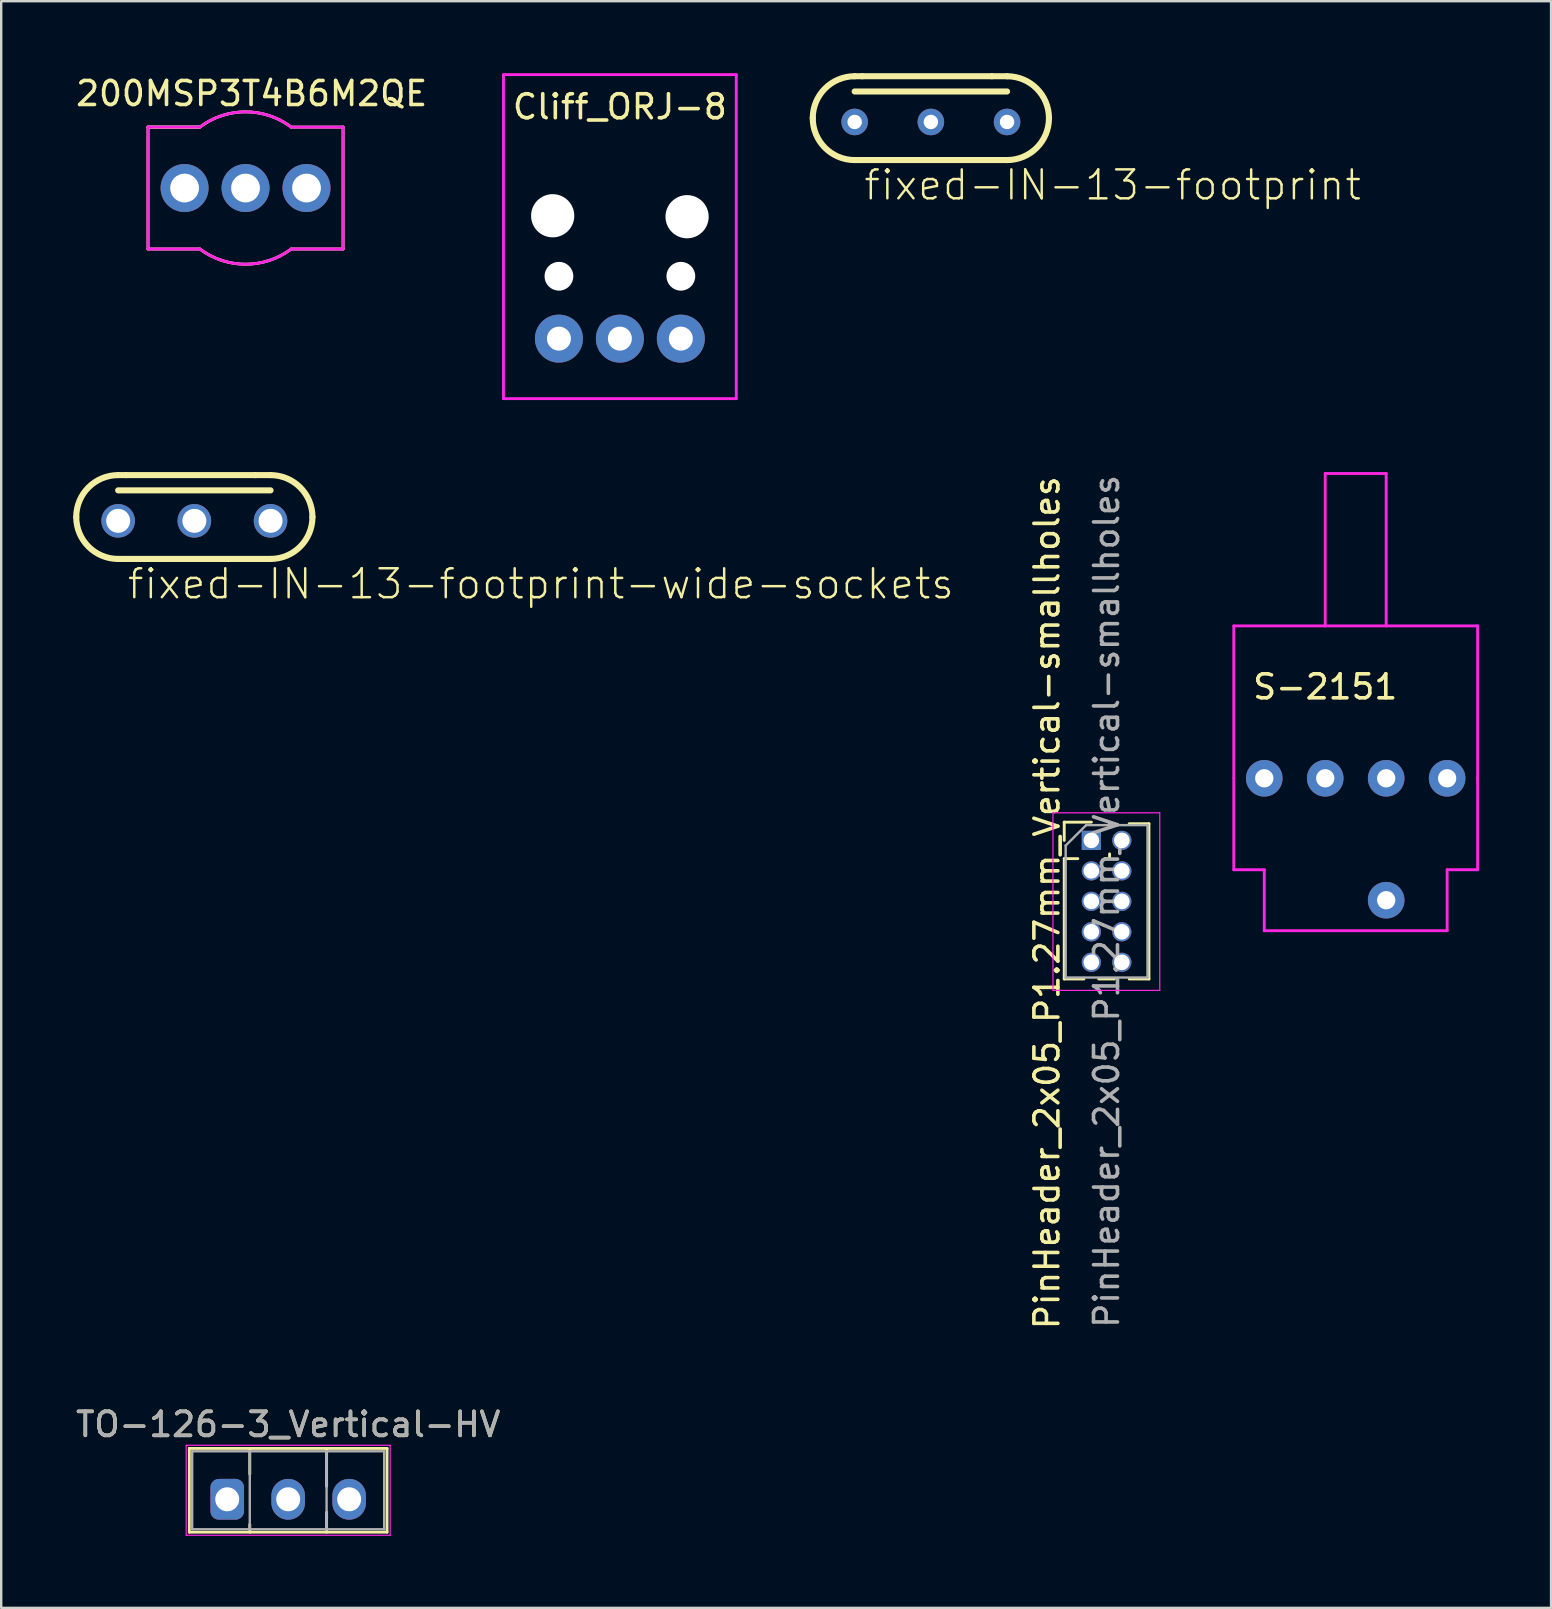
<source format=kicad_pcb>
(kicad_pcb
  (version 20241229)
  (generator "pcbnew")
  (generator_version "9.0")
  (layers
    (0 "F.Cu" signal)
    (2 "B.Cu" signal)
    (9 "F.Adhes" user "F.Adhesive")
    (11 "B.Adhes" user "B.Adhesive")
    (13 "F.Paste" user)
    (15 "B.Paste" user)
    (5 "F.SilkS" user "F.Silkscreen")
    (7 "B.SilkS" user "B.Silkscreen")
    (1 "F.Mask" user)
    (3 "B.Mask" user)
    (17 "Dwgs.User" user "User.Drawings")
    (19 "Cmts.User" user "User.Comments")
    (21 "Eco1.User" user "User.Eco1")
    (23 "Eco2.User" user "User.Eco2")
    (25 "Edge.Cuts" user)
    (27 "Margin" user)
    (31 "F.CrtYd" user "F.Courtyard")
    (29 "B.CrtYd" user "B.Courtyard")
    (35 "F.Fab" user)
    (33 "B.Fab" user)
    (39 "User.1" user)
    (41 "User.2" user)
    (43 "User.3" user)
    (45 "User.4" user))
  (footprint "PinHeader_2x05_P1.27mm_Vertical-smallholes"
    (layer "F.Cu")
    (at 42.424 31.967)
    (property "Reference" "PinHeader_2x05_P1.27mm_Vertical-smallholes" (at -1.85 2.6 270) (layer "F.SilkS") (effects (font (size 1 1) (thickness 0.15))))
    (attr through_hole)
    (fp_line (start -1.13 -0.76) (end 0 -0.76) (stroke (width 0.12) (type solid)) (layer "F.SilkS"))
    (fp_line (start -1.13 0) (end -1.13 -0.76) (stroke (width 0.12) (type solid)) (layer "F.SilkS"))
    (fp_line (start -1.13 0.76) (end -1.13 5.775) (stroke (width 0.12) (type solid)) (layer "F.SilkS"))
    (fp_line (start -1.13 0.76) (end -0.563 0.76) (stroke (width 0.12) (type solid)) (layer "F.SilkS"))
    (fp_line (start -1.13 5.775) (end -0.308 5.775) (stroke (width 0.12) (type solid)) (layer "F.SilkS"))
    (fp_line (start 0.308 5.775) (end 0.962 5.775) (stroke (width 0.12) (type solid)) (layer "F.SilkS"))
    (fp_line (start 0.563 0.76) (end 0.707 0.76) (stroke (width 0.12) (type solid)) (layer "F.SilkS"))
    (fp_line (start 0.76 -0.695) (end 0.962 -0.695) (stroke (width 0.12) (type solid)) (layer "F.SilkS"))
    (fp_line (start 0.76 -0.563) (end 0.76 -0.695) (stroke (width 0.12) (type solid)) (layer "F.SilkS"))
    (fp_line (start 0.76 0.707) (end 0.76 0.563) (stroke (width 0.12) (type solid)) (layer "F.SilkS"))
    (fp_line (start 1.578 -0.695) (end 2.4 -0.695) (stroke (width 0.12) (type solid)) (layer "F.SilkS"))
    (fp_line (start 1.578 5.775) (end 2.4 5.775) (stroke (width 0.12) (type solid)) (layer "F.SilkS"))
    (fp_line (start 2.4 -0.695) (end 2.4 5.775) (stroke (width 0.12) (type solid)) (layer "F.SilkS"))
    (fp_line (start -1.6 -1.15) (end -1.6 6.25) (stroke (width 0.05) (type solid)) (layer "F.CrtYd"))
    (fp_line (start -1.6 6.25) (end 2.85 6.25) (stroke (width 0.05) (type solid)) (layer "F.CrtYd"))
    (fp_line (start 2.85 -1.15) (end -1.6 -1.15) (stroke (width 0.05) (type solid)) (layer "F.CrtYd"))
    (fp_line (start 2.85 6.25) (end 2.85 -1.15) (stroke (width 0.05) (type solid)) (layer "F.CrtYd"))
    (fp_line (start -1.07 0.217) (end -0.217 -0.635) (stroke (width 0.1) (type solid)) (layer "F.Fab"))
    (fp_line (start -1.07 5.715) (end -1.07 0.217) (stroke (width 0.1) (type solid)) (layer "F.Fab"))
    (fp_line (start -0.217 -0.635) (end 2.34 -0.635) (stroke (width 0.1) (type solid)) (layer "F.Fab"))
    (fp_line (start 2.34 -0.635) (end 2.34 5.715) (stroke (width 0.1) (type solid)) (layer "F.Fab"))
    (fp_line (start 2.34 5.715) (end -1.07 5.715) (stroke (width 0.1) (type solid)) (layer "F.Fab"))
    (fp_text user "${REFERENCE}" (at 0.635 2.54 90) (layer "F.Fab") (effects (font (size 1 1) (thickness 0.15))))
    (pad "1" thru_hole rect (at 0 0) (size 0.8 0.8) (drill 0.65) (layers "*.Cu" "*.Mask"))
    (pad "2" thru_hole circle (at 1.27 0) (size 0.8 0.8) (drill 0.65) (layers "*.Cu" "*.Mask"))
    (pad "3" thru_hole circle (at 0 1.27) (size 0.8 0.8) (drill 0.65) (layers "*.Cu" "*.Mask"))
    (pad "4" thru_hole circle (at 1.27 1.27) (size 0.8 0.8) (drill 0.65) (layers "*.Cu" "*.Mask"))
    (pad "5" thru_hole oval (at 0 2.54) (size 0.8 0.8) (drill 0.65) (layers "*.Cu" "*.Mask"))
    (pad "6" thru_hole oval (at 1.27 2.54) (size 0.8 0.8) (drill 0.65) (layers "*.Cu" "*.Mask"))
    (pad "7" thru_hole oval (at 0 3.81) (size 0.8 0.8) (drill 0.65) (layers "*.Cu" "*.Mask"))
    (pad "8" thru_hole oval (at 1.27 3.81) (size 0.8 0.8) (drill 0.65) (layers "*.Cu" "*.Mask"))
    (pad "9" thru_hole oval (at 0 5.08) (size 0.8 0.8) (drill 0.65) (layers "*.Cu" "*.Mask"))
    (pad "10" thru_hole oval (at 1.27 5.08) (size 0.8 0.8) (drill 0.65) (layers "*.Cu" "*.Mask")))
  (footprint "S-2151"
    (layer "F.Cu")
    (at 52.169 24.3)
    (property "Reference" "S-2151" (at 0 1.27 0) (layer "F.SilkS") (effects (font (size 1 1) (thickness 0.15))))
    (attr through_hole)
    (fp_line (start -3.81 -1.27) (end 6.35 -1.27) (stroke (width 0.12) (type solid)) (layer "F.CrtYd"))
    (fp_line (start -3.81 5.08) (end -3.81 -1.27) (stroke (width 0.12) (type solid)) (layer "F.CrtYd"))
    (fp_line (start -3.81 5.08) (end -3.81 8.89) (stroke (width 0.12) (type solid)) (layer "F.CrtYd"))
    (fp_line (start -3.81 8.89) (end -2.54 8.89) (stroke (width 0.12) (type solid)) (layer "F.CrtYd"))
    (fp_line (start -2.54 8.89) (end -2.54 11.43) (stroke (width 0.12) (type solid)) (layer "F.CrtYd"))
    (fp_line (start -2.54 11.43) (end 5.08 11.43) (stroke (width 0.12) (type solid)) (layer "F.CrtYd"))
    (fp_line (start 0 -7.62) (end 2.54 -7.62) (stroke (width 0.12) (type solid)) (layer "F.CrtYd"))
    (fp_line (start 0 -1.27) (end 0 -7.62) (stroke (width 0.12) (type solid)) (layer "F.CrtYd"))
    (fp_line (start 2.54 -7.62) (end 2.54 -1.27) (stroke (width 0.12) (type solid)) (layer "F.CrtYd"))
    (fp_line (start 5.08 11.43) (end 5.08 8.89) (stroke (width 0.12) (type solid)) (layer "F.CrtYd"))
    (fp_line (start 6.35 -1.27) (end 6.35 5.08) (stroke (width 0.12) (type solid)) (layer "F.CrtYd"))
    (fp_line (start 6.35 5.08) (end 6.35 8.89) (stroke (width 0.12) (type solid)) (layer "F.CrtYd"))
    (fp_line (start 6.35 8.89) (end 5.08 8.89) (stroke (width 0.12) (type solid)) (layer "F.CrtYd"))
    (pad "1" thru_hole circle (at -2.54 5.08) (size 1.524 1.524) (drill 0.762) (layers "*.Cu" "*.Mask"))
    (pad "2" thru_hole circle (at 0 5.08) (size 1.524 1.524) (drill 0.762) (layers "*.Cu" "*.Mask"))
    (pad "3" thru_hole circle (at 2.54 5.08) (size 1.524 1.524) (drill 0.762) (layers "*.Cu" "*.Mask"))
    (pad "4" thru_hole circle (at 5.08 5.08) (size 1.524 1.524) (drill 0.762) (layers "*.Cu" "*.Mask"))
    (pad "5" thru_hole circle (at 2.54 10.16) (size 1.524 1.524) (drill 0.762) (layers "*.Cu" "*.Mask")))
  (footprint "TO-126-3_Vertical-HV"
    (layer "F.Cu")
    (at 6.418 59.422)
    (property "Reference" "TO-126-3_Vertical-HV" (at 2.54 -3.12 180) (layer "F.SilkS") (effects (font (size 1 1) (thickness 0.15))))
    (attr through_hole)
    (fp_line (start -1.58 -2.12) (end -1.58 1.37) (stroke (width 0.12) (type solid)) (layer "F.SilkS"))
    (fp_line (start -1.58 -2.12) (end 6.66 -2.12) (stroke (width 0.12) (type solid)) (layer "F.SilkS"))
    (fp_line (start -1.58 1.37) (end 6.66 1.37) (stroke (width 0.12) (type solid)) (layer "F.SilkS"))
    (fp_line (start 0.94 -2.12) (end 0.94 -1.05) (stroke (width 0.12) (type solid)) (layer "F.SilkS"))
    (fp_line (start 0.94 1.05) (end 0.94 1.37) (stroke (width 0.12) (type solid)) (layer "F.SilkS"))
    (fp_line (start 4.141 -2.12) (end 4.141 -0.54) (stroke (width 0.12) (type solid)) (layer "F.SilkS"))
    (fp_line (start 4.141 0.54) (end 4.141 1.37) (stroke (width 0.12) (type solid)) (layer "F.SilkS"))
    (fp_line (start 6.66 -2.12) (end 6.66 1.37) (stroke (width 0.12) (type solid)) (layer "F.SilkS"))
    (fp_line (start -1.71 -2.25) (end -1.71 1.5) (stroke (width 0.05) (type solid)) (layer "F.CrtYd"))
    (fp_line (start -1.71 1.5) (end 6.79 1.5) (stroke (width 0.05) (type solid)) (layer "F.CrtYd"))
    (fp_line (start 6.79 -2.25) (end -1.71 -2.25) (stroke (width 0.05) (type solid)) (layer "F.CrtYd"))
    (fp_line (start 6.79 1.5) (end 6.79 -2.25) (stroke (width 0.05) (type solid)) (layer "F.CrtYd"))
    (fp_line (start -1.46 -2) (end -1.46 1.25) (stroke (width 0.1) (type solid)) (layer "F.Fab"))
    (fp_line (start -1.46 1.25) (end 6.54 1.25) (stroke (width 0.1) (type solid)) (layer "F.Fab"))
    (fp_line (start 0.94 -2) (end 0.94 1.25) (stroke (width 0.1) (type solid)) (layer "F.Fab"))
    (fp_line (start 4.14 -2) (end 4.14 1.25) (stroke (width 0.1) (type solid)) (layer "F.Fab"))
    (fp_line (start 6.54 -2) (end -1.46 -2) (stroke (width 0.1) (type solid)) (layer "F.Fab"))
    (fp_line (start 6.54 1.25) (end 6.54 -2) (stroke (width 0.1) (type solid)) (layer "F.Fab"))
    (fp_text user "${REFERENCE}" (at 2.54 -3.12 180) (layer "F.Fab") (effects (font (size 1 1) (thickness 0.15))))
    (pad "1" thru_hole roundrect (at 0 0) (size 1.4 1.7) (drill 1) (layers "*.Cu" "*.Mask") (roundrect_rratio 0.25))
    (pad "2" thru_hole oval (at 2.54 0) (size 1.4 1.7) (drill 1) (layers "*.Cu" "*.Mask"))
    (pad "3" thru_hole oval (at 5.08 0) (size 1.4 1.7) (drill 1) (layers "*.Cu" "*.Mask")))
  (footprint "200MSP3T4B6M2QE"
    (layer "F.Cu")
    (at 7.181 2.245)
    (property "Reference" "200MSP3T4B6M2QE" (at 0.254 -1.397 0) (layer "F.SilkS") (effects (font (size 1 1) (thickness 0.15))))
    (attr through_hole)
    (fp_line (start -4.064 0) (end -4.064 5.08) (stroke (width 0.12) (type solid)) (layer "F.SilkS"))
    (fp_line (start -4.064 0) (end -1.905 0) (stroke (width 0.12) (type solid)) (layer "F.SilkS"))
    (fp_line (start -4.064 5.08) (end -1.905 5.08) (stroke (width 0.12) (type solid)) (layer "F.SilkS"))
    (fp_line (start -1.905 0) (end -4.064 0) (stroke (width 0.12) (type solid)) (layer "F.SilkS"))
    (fp_line (start 1.905 5.08) (end 4.064 5.08) (stroke (width 0.12) (type solid)) (layer "F.SilkS"))
    (fp_line (start 4.064 0) (end 1.905 0) (stroke (width 0.12) (type solid)) (layer "F.SilkS"))
    (fp_line (start 4.064 5.08) (end 4.064 0) (stroke (width 0.12) (type solid)) (layer "F.SilkS"))
    (fp_arc (start -1.905 0.000001) (mid -0.000001 -0.634999) (end 1.904999 0) (stroke (width 0.12) (type solid)) (layer "F.SilkS"))
    (fp_arc (start 1.905 5.079999) (mid 0.000001 5.714999) (end -1.904999 5.08) (stroke (width 0.12) (type solid)) (layer "F.SilkS"))
    (fp_line (start -4.064 0) (end -1.905 0) (stroke (width 0.12) (type solid)) (layer "F.CrtYd"))
    (fp_line (start -4.064 5.08) (end -4.064 0) (stroke (width 0.12) (type solid)) (layer "F.CrtYd"))
    (fp_line (start -4.064 5.08) (end -1.905 5.08) (stroke (width 0.12) (type solid)) (layer "F.CrtYd"))
    (fp_line (start 4.064 0) (end 1.905 0) (stroke (width 0.12) (type solid)) (layer "F.CrtYd"))
    (fp_line (start 4.064 0) (end 4.064 5.08) (stroke (width 0.12) (type solid)) (layer "F.CrtYd"))
    (fp_line (start 4.064 5.08) (end 1.905 5.08) (stroke (width 0.12) (type solid)) (layer "F.CrtYd"))
    (fp_arc (start -1.905 0.000001) (mid -0.000001 -0.634999) (end 1.904999 0) (stroke (width 0.12) (type solid)) (layer "F.CrtYd"))
    (fp_arc (start 1.905 5.079999) (mid 0.000001 5.714999) (end -1.904999 5.08) (stroke (width 0.12) (type solid)) (layer "F.CrtYd"))
    (pad "1" thru_hole circle (at -2.54 2.54 90) (size 2 2) (drill 1.2) (layers "*.Cu" "*.Mask"))
    (pad "2" thru_hole circle (at 0 2.54 90) (size 2 2) (drill 1.2) (layers "*.Cu" "*.Mask"))
    (pad "3" thru_hole circle (at 2.54 2.54 90) (size 2 2) (drill 1.2) (layers "*.Cu" "*.Mask")))
  (footprint "fixed-IN-13-footprint"
    (layer "F.Cu")
    (at 32.562 2.032)
    (property "Reference" "fixed-IN-13-footprint" (at 0.318 3.334 0) (layer "F.SilkS") (effects (font (size 1.206 1.206) (thickness 0.102)) (justify left bottom)))
    (attr through_hole)
    (fp_line (start 0 -1.27) (end 6.35 -1.27) (stroke (width 0.254) (type solid)) (layer "F.SilkS"))
    (fp_line (start 0 1.587) (end 6.35 1.587) (stroke (width 0.254) (type solid)) (layer "F.SilkS"))
    (fp_line (start 0.318 -1.905) (end -0.0001 -1.905) (stroke (width 0.254) (type solid)) (layer "F.SilkS"))
    (fp_line (start 0.318 -1.905) (end 0 -1.905) (stroke (width 0.127) (type solid)) (layer "F.SilkS"))
    (fp_line (start 5.715 -1.905) (end 0.318 -1.905) (stroke (width 0.254) (type solid)) (layer "F.SilkS"))
    (fp_line (start 6.35 -1.905) (end 5.715 -1.905) (stroke (width 0.127) (type solid)) (layer "F.SilkS"))
    (fp_line (start 6.35 -1.905) (end 5.715 -1.905) (stroke (width 0.254) (type solid)) (layer "F.SilkS"))
    (fp_arc (start -1.7463 -0.158798) (mid -1.23485 -1.393549) (end -0.0001 -1.905) (stroke (width 0.254) (type solid)) (layer "F.SilkS"))
    (fp_arc (start 0 1.5875) (mid -1.234821 1.076021) (end -1.7463 -0.1588) (stroke (width 0.254) (type solid)) (layer "F.SilkS"))
    (fp_arc (start 0 1.5875) (mid -1.74625 -0.15875) (end 0 -1.905) (stroke (width 0.127) (type solid)) (layer "F.SilkS"))
    (fp_arc (start 6.35 -1.905) (mid 8.09625 -0.15875) (end 6.35 1.5875) (stroke (width 0.127) (type solid)) (layer "F.SilkS"))
    (fp_arc (start 6.350099 -1.904999) (mid 7.584849 -1.39355) (end 8.0963 -0.1588) (stroke (width 0.254) (type solid)) (layer "F.SilkS"))
    (fp_arc (start 8.0963 -0.1588) (mid 7.584821 1.076021) (end 6.35 1.5875) (stroke (width 0.254) (type solid)) (layer "F.SilkS"))
    (pad "A" thru_hole circle (at 0 0) (size 1.108 1.108) (drill 0.6) (layers "*.Cu" "*.Mask"))
    (pad "K" thru_hole circle (at 6.35 0) (size 1.108 1.108) (drill 0.6) (layers "*.Cu" "*.Mask"))
    (pad "K2" thru_hole circle (at 3.175 0) (size 1.108 1.108) (drill 0.6) (layers "*.Cu" "*.Mask")))
  (footprint "fixed-IN-13-footprint-wide-sockets"
    (layer "F.Cu")
    (at 1.873 18.652)
    (property "Reference" "fixed-IN-13-footprint-wide-sockets" (at 0.318 3.334 0) (layer "F.SilkS") (effects (font (size 1.206 1.206) (thickness 0.102)) (justify left bottom)))
    (attr through_hole)
    (fp_line (start 0 -1.27) (end 6.35 -1.27) (stroke (width 0.254) (type solid)) (layer "F.SilkS"))
    (fp_line (start 0 1.587) (end 6.35 1.587) (stroke (width 0.254) (type solid)) (layer "F.SilkS"))
    (fp_line (start 0.318 -1.905) (end -0.0001 -1.905) (stroke (width 0.254) (type solid)) (layer "F.SilkS"))
    (fp_line (start 0.318 -1.905) (end 0 -1.905) (stroke (width 0.127) (type solid)) (layer "F.SilkS"))
    (fp_line (start 5.715 -1.905) (end 0.318 -1.905) (stroke (width 0.254) (type solid)) (layer "F.SilkS"))
    (fp_line (start 6.35 -1.905) (end 5.715 -1.905) (stroke (width 0.127) (type solid)) (layer "F.SilkS"))
    (fp_line (start 6.35 -1.905) (end 5.715 -1.905) (stroke (width 0.254) (type solid)) (layer "F.SilkS"))
    (fp_arc (start -1.7463 -0.158798) (mid -1.23485 -1.393549) (end -0.0001 -1.905) (stroke (width 0.254) (type solid)) (layer "F.SilkS"))
    (fp_arc (start 0 1.5875) (mid -1.234821 1.076021) (end -1.7463 -0.1588) (stroke (width 0.254) (type solid)) (layer "F.SilkS"))
    (fp_arc (start 0 1.5875) (mid -1.74625 -0.15875) (end 0 -1.905) (stroke (width 0.127) (type solid)) (layer "F.SilkS"))
    (fp_arc (start 6.35 -1.905) (mid 8.09625 -0.15875) (end 6.35 1.5875) (stroke (width 0.127) (type solid)) (layer "F.SilkS"))
    (fp_arc (start 6.350099 -1.904999) (mid 7.584849 -1.39355) (end 8.0963 -0.1588) (stroke (width 0.254) (type solid)) (layer "F.SilkS"))
    (fp_arc (start 8.0963 -0.1588) (mid 7.584821 1.076021) (end 6.35 1.5875) (stroke (width 0.254) (type solid)) (layer "F.SilkS"))
    (pad "A" thru_hole circle (at 0 0) (size 1.4 1.4) (drill 1) (layers "*.Cu" "*.Mask"))
    (pad "K" thru_hole circle (at 6.35 0) (size 1.4 1.4) (drill 1) (layers "*.Cu" "*.Mask"))
    (pad "K2" thru_hole circle (at 3.175 0) (size 1.4 1.4) (drill 1) (layers "*.Cu" "*.Mask")))
  (footprint "Cliff_ORJ-8"
    (layer "F.Cu")
    (at 22.779 0.9)
    (property "Reference" "Cliff_ORJ-8" (at 0 0.5 0) (layer "F.SilkS") (effects (font (size 1 1) (thickness 0.15))))
    (attr through_hole)
    (fp_line (start -4.85 -0.84) (end 4.85 -0.84) (stroke (width 0.12) (type solid)) (layer "F.CrtYd"))
    (fp_line (start -4.85 12.66) (end -4.85 -0.84) (stroke (width 0.12) (type solid)) (layer "F.CrtYd"))
    (fp_line (start -4.85 12.66) (end 4.85 12.66) (stroke (width 0.12) (type solid)) (layer "F.CrtYd"))
    (fp_line (start 4.85 -0.84) (end 4.85 12.66) (stroke (width 0.12) (type solid)) (layer "F.CrtYd"))
    (pad "" np_thru_hole circle (at -2.8 5.04) (size 1.8 1.8) (drill 1.8) (layers "*.Cu" "*.Mask"))
    (pad "" np_thru_hole circle (at -2.54 7.56) (size 1.2 1.2) (drill 1.2) (layers "*.Cu" "*.Mask"))
    (pad "" np_thru_hole circle (at 2.54 7.56) (size 1.2 1.2) (drill 1.2) (layers "*.Cu" "*.Mask"))
    (pad "" np_thru_hole circle (at 2.8 5.08) (size 1.8 1.8) (drill 1.8) (layers "*.Cu" "*.Mask"))
    (pad "1" thru_hole circle (at -2.54 10.16) (size 2 2) (drill 1) (layers "*.Cu" "*.Mask"))
    (pad "2" thru_hole circle (at 0 10.16) (size 2 2) (drill 1) (layers "*.Cu" "*.Mask"))
    (pad "3" thru_hole circle (at 2.54 10.16) (size 2 2) (drill 1) (layers "*.Cu" "*.Mask")))
  (gr_rect
    (start -3 -3)
    (end 61.579 63.947)
    (stroke (width 0.1) (type default))
    (fill no)
    (layer "Edge.Cuts")))
</source>
